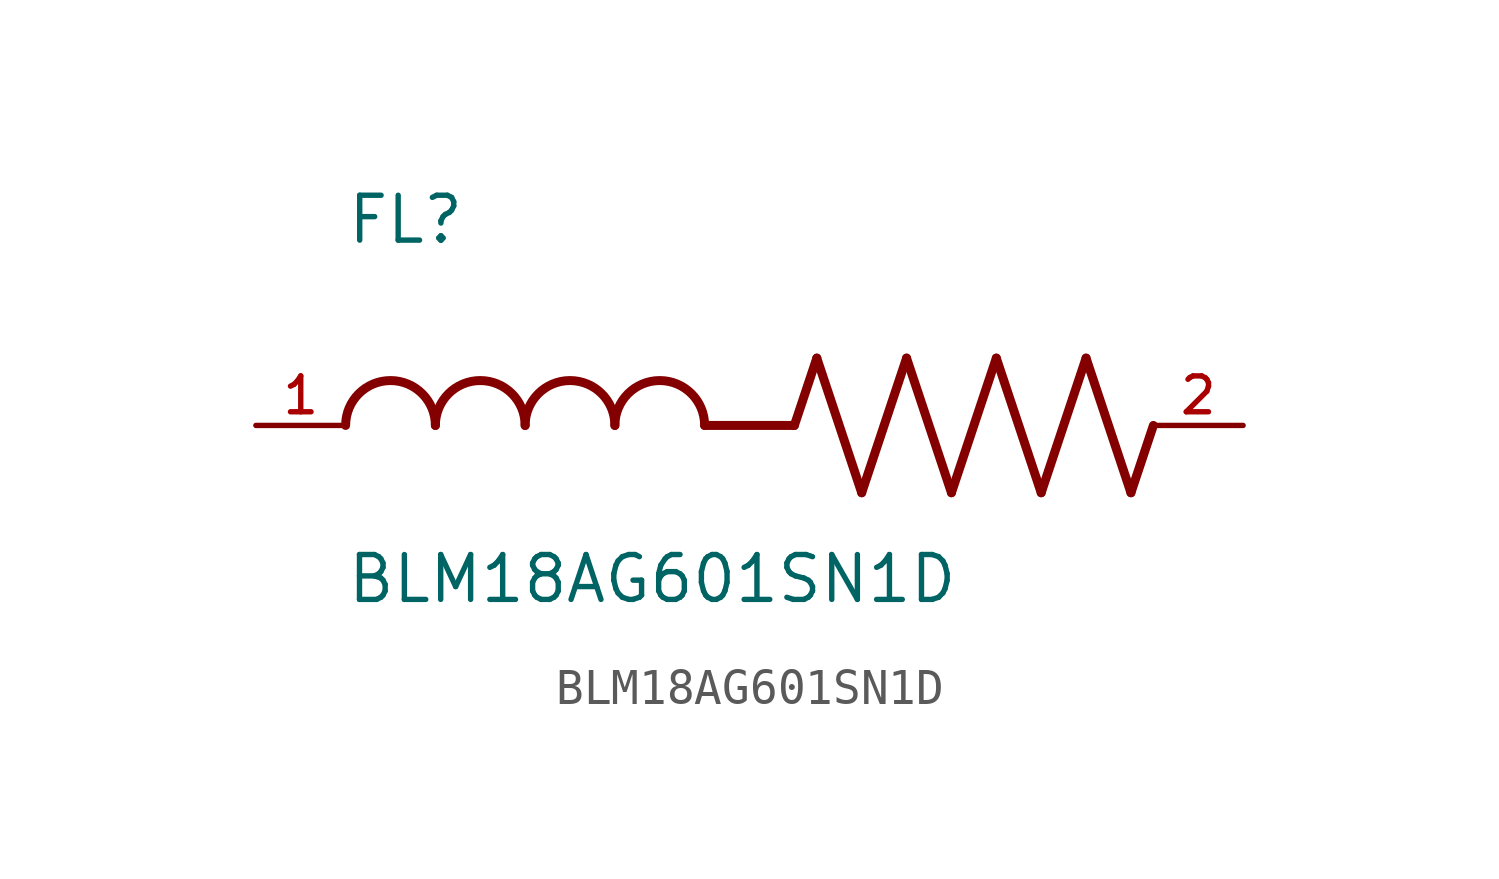
<source format=kicad_sym>
(kicad_symbol_lib
  (version 20211014)
  (generator kicad_symbol_editor)
  (symbol "BLM18AG601SN1D"
    (pin_names
      (offset 1.016))
    (property "Reference" "FL"
      (at -12.704 5.081 0)
      (effects (font (size 1.27 1.27)) (justify bottom left)))
    (property "Value" "BLM18AG601SN1D"
      (at -12.71 -5.087 0)
      (effects (font (size 1.27 1.27)) (justify bottom left)))
    (symbol "BLM18AG601SN1D_0_0"
      (polyline (pts (xy 0.0 0.0) (xy 0.635 1.905)) (stroke (width 0.254)))
      (polyline (pts (xy 0.635 1.905) (xy 1.905 -1.905)) (stroke (width 0.254)))
      (polyline (pts (xy 1.905 -1.905) (xy 3.175 1.905)) (stroke (width 0.254)))
      (polyline (pts (xy 3.175 1.905) (xy 4.445 -1.905)) (stroke (width 0.254)))
      (polyline (pts (xy 4.445 -1.905) (xy 5.715 1.905)) (stroke (width 0.254)))
      (polyline (pts (xy 5.715 1.905) (xy 6.985 -1.905)) (stroke (width 0.254)))
      (polyline (pts (xy 6.985 -1.905) (xy 8.255 1.905)) (stroke (width 0.254)))
      (polyline (pts (xy 8.255 1.905) (xy 9.525 -1.905)) (stroke (width 0.254)))
      (polyline (pts (xy 9.525 -1.905) (xy 10.16 0.0)) (stroke (width 0.254)))
      (arc (start -10.16 0.0) (mid -11.43 1.27) (end -12.7 0.0) (stroke (width 0.254) (type default) (color 0 0 0 0)) (fill (type none)))
      (arc (start -7.62 0.0) (mid -8.89 1.27) (end -10.16 0.0) (stroke (width 0.254) (type default) (color 0 0 0 0)) (fill (type none)))
      (arc (start -5.08 0.0) (mid -6.35 1.27) (end -7.62 0.0) (stroke (width 0.254) (type default) (color 0 0 0 0)) (fill (type none)))
      (arc (start -2.54 0.0) (mid -3.81 1.27) (end -5.08 0.0) (stroke (width 0.254) (type default) (color 0 0 0 0)) (fill (type none)))
      (polyline (pts (xy 0.0 0.0) (xy -2.54 0.0)) (stroke (width 0.254)))
      (pin passive line (at 12.7 0.0 180.0) (length 2.54) (name "~" (effects (font (size 1.016 1.016)))) (number "2" (effects (font (size 1.016 1.016)))))
      (pin passive line (at -15.24 0.0 0) (length 2.54) (name "~" (effects (font (size 1.016 1.016)))) (number "1" (effects (font (size 1.016 1.016))))))))
</source>
